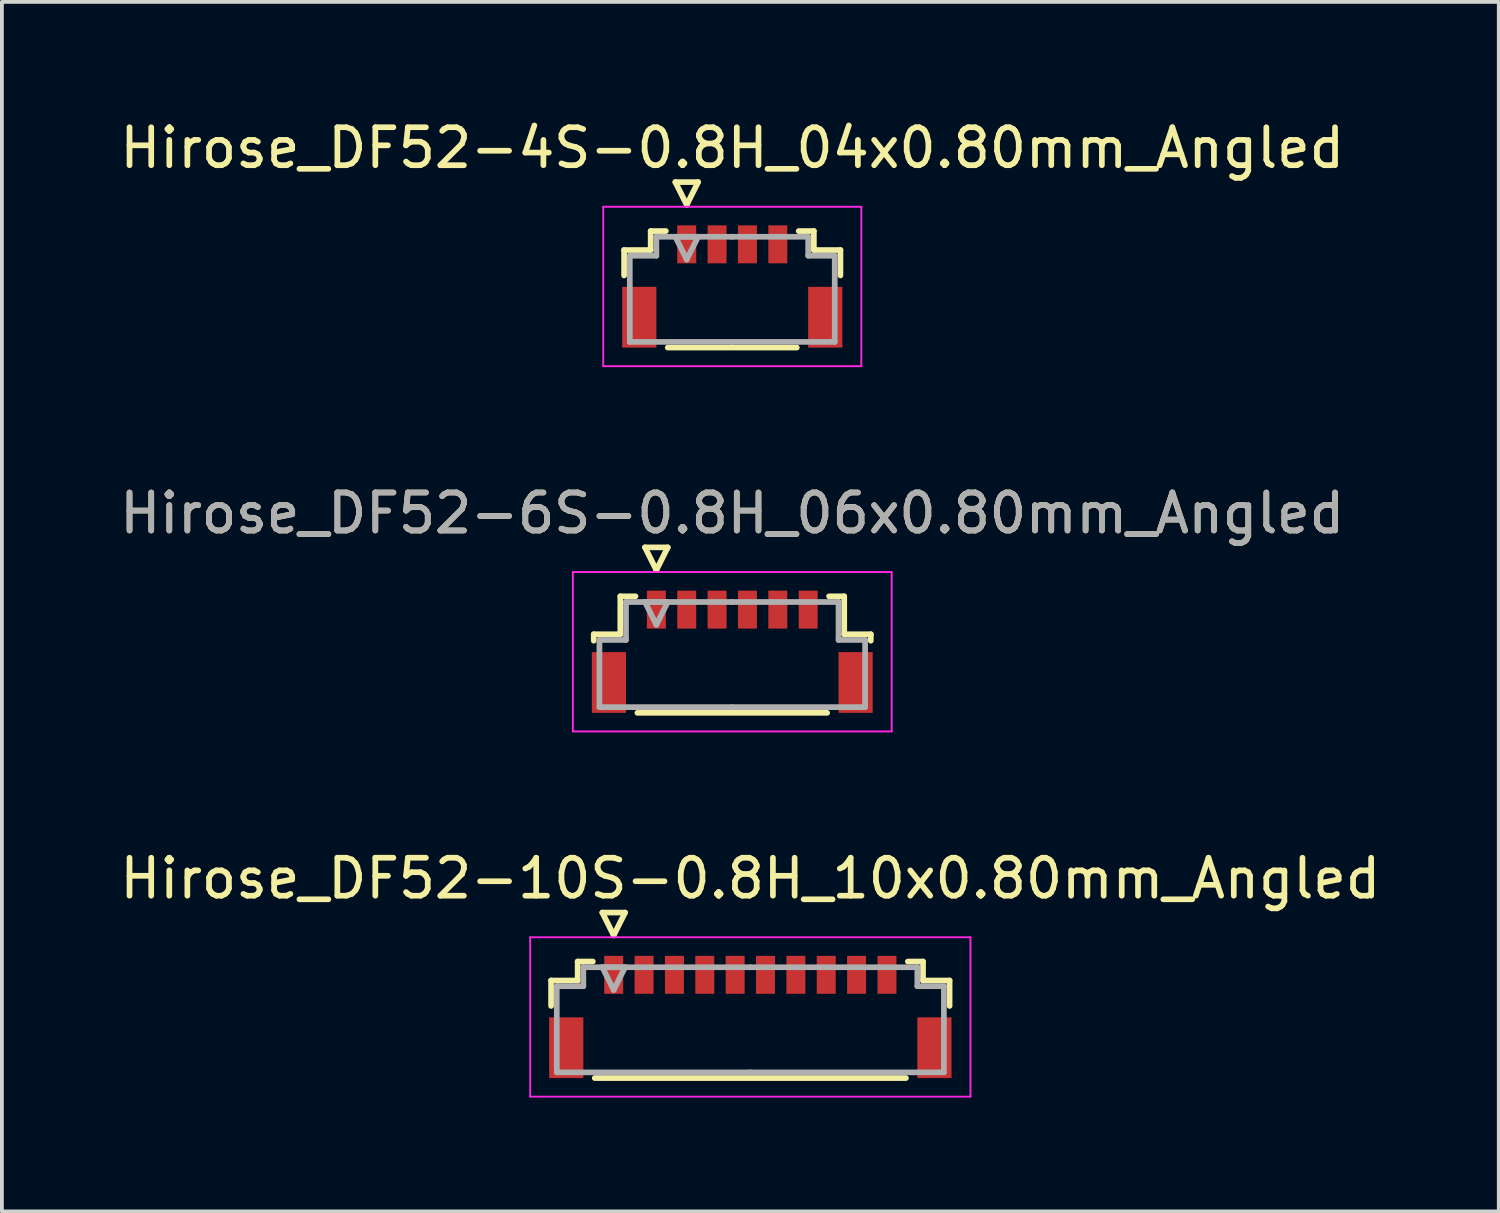
<source format=kicad_pcb>
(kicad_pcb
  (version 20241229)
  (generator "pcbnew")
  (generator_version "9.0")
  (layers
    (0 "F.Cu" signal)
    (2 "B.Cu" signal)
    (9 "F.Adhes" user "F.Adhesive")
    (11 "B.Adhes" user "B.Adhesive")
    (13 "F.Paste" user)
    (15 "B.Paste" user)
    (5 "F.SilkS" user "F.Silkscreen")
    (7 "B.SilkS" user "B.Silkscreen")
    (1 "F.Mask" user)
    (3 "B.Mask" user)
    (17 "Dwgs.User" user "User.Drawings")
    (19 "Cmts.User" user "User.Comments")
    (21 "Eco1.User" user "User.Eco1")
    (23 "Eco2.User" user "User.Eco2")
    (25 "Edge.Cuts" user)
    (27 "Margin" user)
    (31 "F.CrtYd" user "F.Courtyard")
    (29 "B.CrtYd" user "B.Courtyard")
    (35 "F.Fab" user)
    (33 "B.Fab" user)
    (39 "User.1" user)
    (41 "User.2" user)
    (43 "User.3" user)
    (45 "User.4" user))
  (footprint "Hirose_DF52-10S-0.8H_10x0.80mm_Angled"
    (layer "F.Cu")
    (at 16.72 23.595)
    (property "Reference" "Hirose_DF52-10S-0.8H_10x0.80mm_Angled" (at 0 -3.5 0) (layer "F.SilkS") (effects (font (size 1 1) (thickness 0.15))))
    (attr smd)
    (fp_line (start -5.25 -0.81) (end -5.25 -0.14) (stroke (width 0.15) (type solid)) (layer "F.SilkS"))
    (fp_line (start -4.55 -1.31) (end -4.55 -0.81) (stroke (width 0.15) (type solid)) (layer "F.SilkS"))
    (fp_line (start -4.55 -0.81) (end -5.25 -0.81) (stroke (width 0.15) (type solid)) (layer "F.SilkS"))
    (fp_line (start -4.15 -1.31) (end -4.55 -1.31) (stroke (width 0.15) (type solid)) (layer "F.SilkS"))
    (fp_line (start -4.1 1.76) (end 4.1 1.76) (stroke (width 0.15) (type solid)) (layer "F.SilkS"))
    (fp_line (start -3.9 -2.6) (end -3.3 -2.6) (stroke (width 0.15) (type solid)) (layer "F.SilkS"))
    (fp_line (start -3.6 -2) (end -3.9 -2.6) (stroke (width 0.15) (type solid)) (layer "F.SilkS"))
    (fp_line (start -3.3 -2.6) (end -3.6 -2) (stroke (width 0.15) (type solid)) (layer "F.SilkS"))
    (fp_line (start 4.15 -1.31) (end 4.55 -1.31) (stroke (width 0.15) (type solid)) (layer "F.SilkS"))
    (fp_line (start 4.55 -1.31) (end 4.55 -0.81) (stroke (width 0.15) (type solid)) (layer "F.SilkS"))
    (fp_line (start 4.55 -0.81) (end 5.25 -0.81) (stroke (width 0.15) (type solid)) (layer "F.SilkS"))
    (fp_line (start 5.25 -0.81) (end 5.25 -0.14) (stroke (width 0.15) (type solid)) (layer "F.SilkS"))
    (fp_line (start -5.8 -1.95) (end -5.8 2.25) (stroke (width 0.05) (type solid)) (layer "F.CrtYd"))
    (fp_line (start -5.8 2.25) (end 5.8 2.25) (stroke (width 0.05) (type solid)) (layer "F.CrtYd"))
    (fp_line (start 5.8 -1.95) (end -5.8 -1.95) (stroke (width 0.05) (type solid)) (layer "F.CrtYd"))
    (fp_line (start 5.8 2.25) (end 5.8 -1.95) (stroke (width 0.05) (type solid)) (layer "F.CrtYd"))
    (fp_line (start -5.1 -0.66) (end -5.1 1.61) (stroke (width 0.15) (type solid)) (layer "F.Fab"))
    (fp_line (start -5.1 1.61) (end 0 1.61) (stroke (width 0.15) (type solid)) (layer "F.Fab"))
    (fp_line (start -4.4 -1.16) (end -4.4 -1.16) (stroke (width 0.15) (type solid)) (layer "F.Fab"))
    (fp_line (start -4.4 -1.16) (end -4.4 -0.66) (stroke (width 0.15) (type solid)) (layer "F.Fab"))
    (fp_line (start -4.4 -0.66) (end -5.1 -0.66) (stroke (width 0.15) (type solid)) (layer "F.Fab"))
    (fp_line (start -3.9 -1.16) (end -3.3 -1.16) (stroke (width 0.15) (type solid)) (layer "F.Fab"))
    (fp_line (start -3.6 -0.56) (end -3.9 -1.16) (stroke (width 0.15) (type solid)) (layer "F.Fab"))
    (fp_line (start -3.3 -1.16) (end -3.6 -0.56) (stroke (width 0.15) (type solid)) (layer "F.Fab"))
    (fp_line (start 0 -1.16) (end -4.4 -1.16) (stroke (width 0.15) (type solid)) (layer "F.Fab"))
    (fp_line (start 0 -1.16) (end 4.4 -1.16) (stroke (width 0.15) (type solid)) (layer "F.Fab"))
    (fp_line (start 4.4 -1.16) (end 4.4 -1.16) (stroke (width 0.15) (type solid)) (layer "F.Fab"))
    (fp_line (start 4.4 -1.16) (end 4.4 -0.66) (stroke (width 0.15) (type solid)) (layer "F.Fab"))
    (fp_line (start 4.4 -0.66) (end 5.1 -0.66) (stroke (width 0.15) (type solid)) (layer "F.Fab"))
    (fp_line (start 5.1 -0.66) (end 5.1 1.61) (stroke (width 0.15) (type solid)) (layer "F.Fab"))
    (fp_line (start 5.1 1.61) (end 0 1.61) (stroke (width 0.15) (type solid)) (layer "F.Fab"))
    (pad "" smd rect (at -4.85 0.96) (size 0.9 1.6) (layers "F.Cu" "F.Mask" "F.Paste"))
    (pad "" smd rect (at 4.85 0.96) (size 0.9 1.6) (layers "F.Cu" "F.Mask" "F.Paste"))
    (pad "1" smd rect (at -3.6 -0.96) (size 0.5 1) (layers "F.Cu" "F.Mask" "F.Paste"))
    (pad "2" smd rect (at -2.8 -0.96) (size 0.5 1) (layers "F.Cu" "F.Mask" "F.Paste"))
    (pad "3" smd rect (at -2 -0.96) (size 0.5 1) (layers "F.Cu" "F.Mask" "F.Paste"))
    (pad "4" smd rect (at -1.2 -0.96) (size 0.5 1) (layers "F.Cu" "F.Mask" "F.Paste"))
    (pad "5" smd rect (at -0.4 -0.96) (size 0.5 1) (layers "F.Cu" "F.Mask" "F.Paste"))
    (pad "6" smd rect (at 0.4 -0.96) (size 0.5 1) (layers "F.Cu" "F.Mask" "F.Paste"))
    (pad "7" smd rect (at 1.2 -0.96) (size 0.5 1) (layers "F.Cu" "F.Mask" "F.Paste"))
    (pad "8" smd rect (at 2 -0.96) (size 0.5 1) (layers "F.Cu" "F.Mask" "F.Paste"))
    (pad "9" smd rect (at 2.8 -0.96) (size 0.5 1) (layers "F.Cu" "F.Mask" "F.Paste"))
    (pad "10" smd rect (at 3.6 -0.96) (size 0.5 1) (layers "F.Cu" "F.Mask" "F.Paste")))
  (footprint "Hirose_DF52-4S-0.8H_04x0.80mm_Angled"
    (layer "F.Cu")
    (at 16.244 4.348)
    (property "Reference" "Hirose_DF52-4S-0.8H_04x0.80mm_Angled" (at 0 -3.5 0) (layer "F.SilkS") (effects (font (size 1 1) (thickness 0.15))))
    (attr smd)
    (fp_line (start -2.85 -0.81) (end -2.85 -0.14) (stroke (width 0.15) (type solid)) (layer "F.SilkS"))
    (fp_line (start -2.15 -1.31) (end -2.15 -0.81) (stroke (width 0.15) (type solid)) (layer "F.SilkS"))
    (fp_line (start -2.15 -0.81) (end -2.85 -0.81) (stroke (width 0.15) (type solid)) (layer "F.SilkS"))
    (fp_line (start -1.75 -1.31) (end -2.15 -1.31) (stroke (width 0.15) (type solid)) (layer "F.SilkS"))
    (fp_line (start -1.7 1.76) (end 1.7 1.76) (stroke (width 0.15) (type solid)) (layer "F.SilkS"))
    (fp_line (start -1.5 -2.6) (end -0.9 -2.6) (stroke (width 0.15) (type solid)) (layer "F.SilkS"))
    (fp_line (start -1.2 -2) (end -1.5 -2.6) (stroke (width 0.15) (type solid)) (layer "F.SilkS"))
    (fp_line (start -0.9 -2.6) (end -1.2 -2) (stroke (width 0.15) (type solid)) (layer "F.SilkS"))
    (fp_line (start 1.75 -1.31) (end 2.15 -1.31) (stroke (width 0.15) (type solid)) (layer "F.SilkS"))
    (fp_line (start 2.15 -1.31) (end 2.15 -0.81) (stroke (width 0.15) (type solid)) (layer "F.SilkS"))
    (fp_line (start 2.15 -0.81) (end 2.85 -0.81) (stroke (width 0.15) (type solid)) (layer "F.SilkS"))
    (fp_line (start 2.85 -0.81) (end 2.85 -0.14) (stroke (width 0.15) (type solid)) (layer "F.SilkS"))
    (fp_line (start -3.4 -1.95) (end -3.4 2.25) (stroke (width 0.05) (type solid)) (layer "F.CrtYd"))
    (fp_line (start -3.4 2.25) (end 3.4 2.25) (stroke (width 0.05) (type solid)) (layer "F.CrtYd"))
    (fp_line (start 3.4 -1.95) (end -3.4 -1.95) (stroke (width 0.05) (type solid)) (layer "F.CrtYd"))
    (fp_line (start 3.4 2.25) (end 3.4 -1.95) (stroke (width 0.05) (type solid)) (layer "F.CrtYd"))
    (fp_line (start -2.7 -0.66) (end -2.7 1.61) (stroke (width 0.15) (type solid)) (layer "F.Fab"))
    (fp_line (start -2.7 1.61) (end 0 1.61) (stroke (width 0.15) (type solid)) (layer "F.Fab"))
    (fp_line (start -2 -1.16) (end -2 -1.16) (stroke (width 0.15) (type solid)) (layer "F.Fab"))
    (fp_line (start -2 -1.16) (end -2 -0.66) (stroke (width 0.15) (type solid)) (layer "F.Fab"))
    (fp_line (start -2 -0.66) (end -2.7 -0.66) (stroke (width 0.15) (type solid)) (layer "F.Fab"))
    (fp_line (start -1.5 -1.16) (end -0.9 -1.16) (stroke (width 0.15) (type solid)) (layer "F.Fab"))
    (fp_line (start -1.2 -0.56) (end -1.5 -1.16) (stroke (width 0.15) (type solid)) (layer "F.Fab"))
    (fp_line (start -0.9 -1.16) (end -1.2 -0.56) (stroke (width 0.15) (type solid)) (layer "F.Fab"))
    (fp_line (start 0 -1.16) (end -2 -1.16) (stroke (width 0.15) (type solid)) (layer "F.Fab"))
    (fp_line (start 0 -1.16) (end 2 -1.16) (stroke (width 0.15) (type solid)) (layer "F.Fab"))
    (fp_line (start 2 -1.16) (end 2 -1.16) (stroke (width 0.15) (type solid)) (layer "F.Fab"))
    (fp_line (start 2 -1.16) (end 2 -0.66) (stroke (width 0.15) (type solid)) (layer "F.Fab"))
    (fp_line (start 2 -0.66) (end 2.7 -0.66) (stroke (width 0.15) (type solid)) (layer "F.Fab"))
    (fp_line (start 2.7 -0.66) (end 2.7 1.61) (stroke (width 0.15) (type solid)) (layer "F.Fab"))
    (fp_line (start 2.7 1.61) (end 0 1.61) (stroke (width 0.15) (type solid)) (layer "F.Fab"))
    (pad "" smd rect (at -2.45 0.96) (size 0.9 1.6) (layers "F.Cu" "F.Mask" "F.Paste"))
    (pad "" smd rect (at 2.45 0.96) (size 0.9 1.6) (layers "F.Cu" "F.Mask" "F.Paste"))
    (pad "1" smd rect (at -1.2 -0.96) (size 0.5 1) (layers "F.Cu" "F.Mask" "F.Paste"))
    (pad "2" smd rect (at -0.4 -0.96) (size 0.5 1) (layers "F.Cu" "F.Mask" "F.Paste"))
    (pad "3" smd rect (at 0.4 -0.96) (size 0.5 1) (layers "F.Cu" "F.Mask" "F.Paste"))
    (pad "4" smd rect (at 1.2 -0.96) (size 0.5 1) (layers "F.Cu" "F.Mask" "F.Paste")))
  (footprint "Hirose_DF52-6S-0.8H_06x0.80mm_Angled"
    (layer "F.Cu")
    (at 16.244 13.972)
    (property "Reference" "Hirose_DF52-6S-0.8H_06x0.80mm_Angled" (at 0 -3.5 0) (layer "F.SilkS") (effects (font (size 1 1) (thickness 0.15))))
    (attr smd)
    (fp_line (start -3.65 -0.31) (end -3.65 -0.14) (stroke (width 0.15) (type solid)) (layer "F.SilkS"))
    (fp_line (start -2.95 -1.31) (end -2.95 -0.31) (stroke (width 0.15) (type solid)) (layer "F.SilkS"))
    (fp_line (start -2.95 -0.31) (end -3.65 -0.31) (stroke (width 0.15) (type solid)) (layer "F.SilkS"))
    (fp_line (start -2.55 -1.31) (end -2.95 -1.31) (stroke (width 0.15) (type solid)) (layer "F.SilkS"))
    (fp_line (start -2.5 1.76) (end 2.5 1.76) (stroke (width 0.15) (type solid)) (layer "F.SilkS"))
    (fp_line (start -2.3 -2.6) (end -1.7 -2.6) (stroke (width 0.15) (type solid)) (layer "F.SilkS"))
    (fp_line (start -2 -2) (end -2.3 -2.6) (stroke (width 0.15) (type solid)) (layer "F.SilkS"))
    (fp_line (start -1.7 -2.6) (end -2 -2) (stroke (width 0.15) (type solid)) (layer "F.SilkS"))
    (fp_line (start 2.55 -1.31) (end 2.95 -1.31) (stroke (width 0.15) (type solid)) (layer "F.SilkS"))
    (fp_line (start 2.95 -1.31) (end 2.95 -0.31) (stroke (width 0.15) (type solid)) (layer "F.SilkS"))
    (fp_line (start 2.95 -0.31) (end 3.65 -0.31) (stroke (width 0.15) (type solid)) (layer "F.SilkS"))
    (fp_line (start 3.65 -0.31) (end 3.65 -0.14) (stroke (width 0.15) (type solid)) (layer "F.SilkS"))
    (fp_line (start -4.2 -1.95) (end -4.2 2.25) (stroke (width 0.05) (type solid)) (layer "F.CrtYd"))
    (fp_line (start -4.2 2.25) (end 4.2 2.25) (stroke (width 0.05) (type solid)) (layer "F.CrtYd"))
    (fp_line (start 4.2 -1.95) (end -4.2 -1.95) (stroke (width 0.05) (type solid)) (layer "F.CrtYd"))
    (fp_line (start 4.2 2.25) (end 4.2 -1.95) (stroke (width 0.05) (type solid)) (layer "F.CrtYd"))
    (fp_line (start -3.5 -0.16) (end -3.5 1.61) (stroke (width 0.15) (type solid)) (layer "F.Fab"))
    (fp_line (start -3.5 1.61) (end 0 1.61) (stroke (width 0.15) (type solid)) (layer "F.Fab"))
    (fp_line (start -2.8 -1.16) (end -2.8 -1.16) (stroke (width 0.15) (type solid)) (layer "F.Fab"))
    (fp_line (start -2.8 -1.16) (end -2.8 -0.16) (stroke (width 0.15) (type solid)) (layer "F.Fab"))
    (fp_line (start -2.8 -0.16) (end -3.5 -0.16) (stroke (width 0.15) (type solid)) (layer "F.Fab"))
    (fp_line (start -2.3 -1.16) (end -1.7 -1.16) (stroke (width 0.15) (type solid)) (layer "F.Fab"))
    (fp_line (start -2 -0.56) (end -2.3 -1.16) (stroke (width 0.15) (type solid)) (layer "F.Fab"))
    (fp_line (start -1.7 -1.16) (end -2 -0.56) (stroke (width 0.15) (type solid)) (layer "F.Fab"))
    (fp_line (start 0 -1.16) (end -2.8 -1.16) (stroke (width 0.15) (type solid)) (layer "F.Fab"))
    (fp_line (start 0 -1.16) (end 2.8 -1.16) (stroke (width 0.15) (type solid)) (layer "F.Fab"))
    (fp_line (start 2.8 -1.16) (end 2.8 -1.16) (stroke (width 0.15) (type solid)) (layer "F.Fab"))
    (fp_line (start 2.8 -1.16) (end 2.8 -0.16) (stroke (width 0.15) (type solid)) (layer "F.Fab"))
    (fp_line (start 2.8 -0.16) (end 3.5 -0.16) (stroke (width 0.15) (type solid)) (layer "F.Fab"))
    (fp_line (start 3.5 -0.16) (end 3.5 1.61) (stroke (width 0.15) (type solid)) (layer "F.Fab"))
    (fp_line (start 3.5 1.61) (end 0 1.61) (stroke (width 0.15) (type solid)) (layer "F.Fab"))
    (fp_text user "${REFERENCE}" (at 0 -3.5 0) (layer "F.Fab") (effects (font (size 1 1) (thickness 0.15))))
    (pad "" smd rect (at -3.25 0.96) (size 0.9 1.6) (layers "F.Cu" "F.Mask" "F.Paste"))
    (pad "" smd rect (at 3.25 0.96) (size 0.9 1.6) (layers "F.Cu" "F.Mask" "F.Paste"))
    (pad "1" smd rect (at -2 -0.96) (size 0.5 1) (layers "F.Cu" "F.Mask" "F.Paste"))
    (pad "2" smd rect (at -1.2 -0.96) (size 0.5 1) (layers "F.Cu" "F.Mask" "F.Paste"))
    (pad "3" smd rect (at -0.4 -0.96) (size 0.5 1) (layers "F.Cu" "F.Mask" "F.Paste"))
    (pad "4" smd rect (at 0.4 -0.96) (size 0.5 1) (layers "F.Cu" "F.Mask" "F.Paste"))
    (pad "5" smd rect (at 1.2 -0.96) (size 0.5 1) (layers "F.Cu" "F.Mask" "F.Paste"))
    (pad "6" smd rect (at 2 -0.96) (size 0.5 1) (layers "F.Cu" "F.Mask" "F.Paste")))
  (gr_rect
    (start -3 -3)
    (end 36.44 28.87)
    (stroke (width 0.1) (type default))
    (fill no)
    (layer "Edge.Cuts")))
</source>
